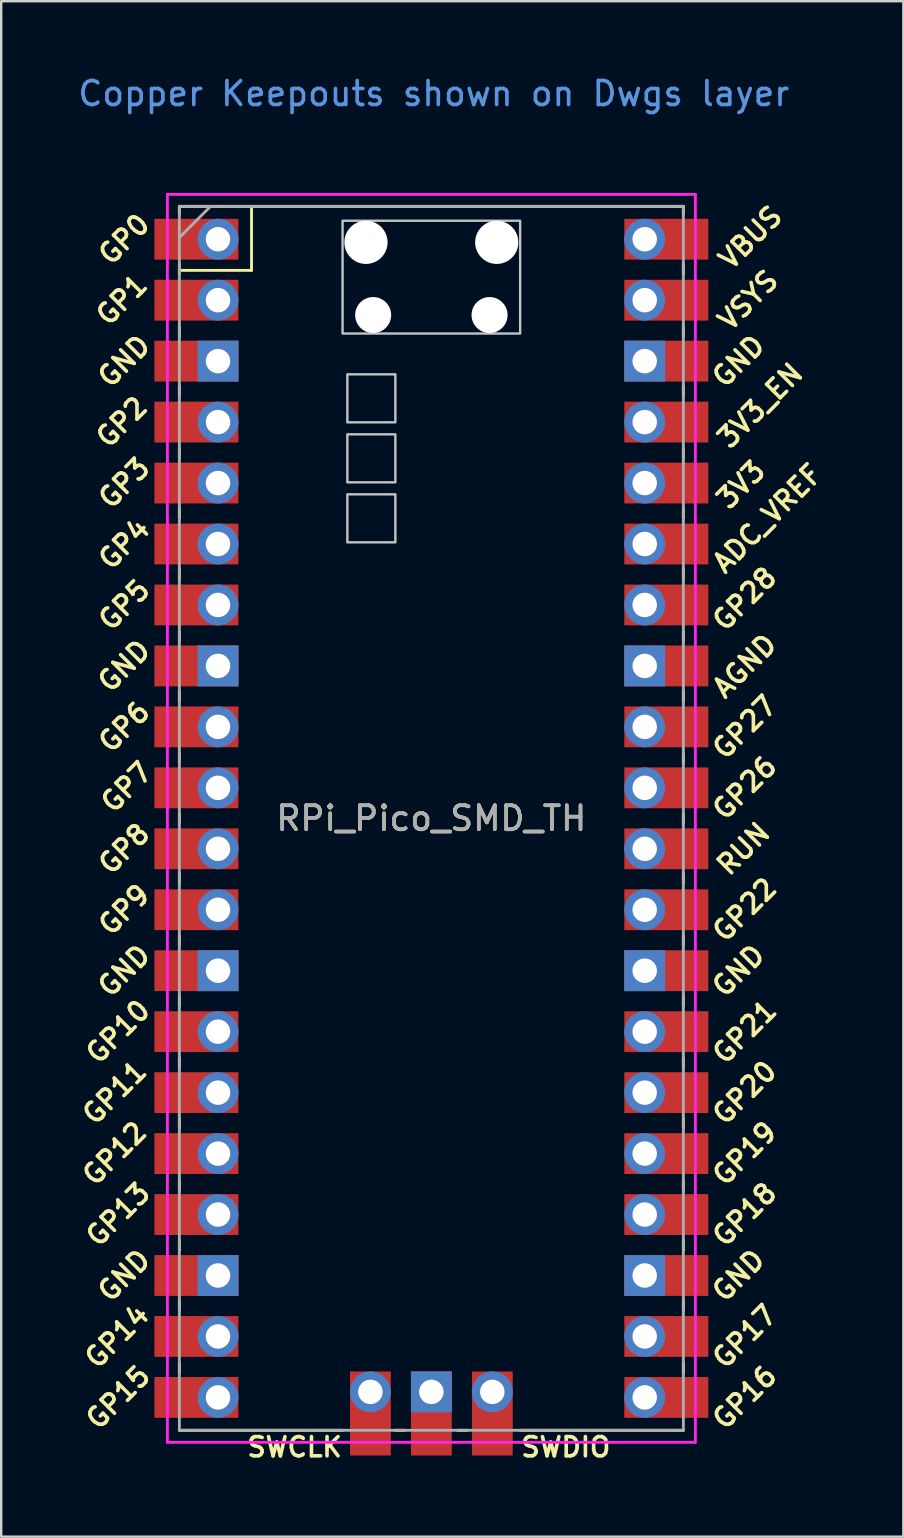
<source format=kicad_pcb>
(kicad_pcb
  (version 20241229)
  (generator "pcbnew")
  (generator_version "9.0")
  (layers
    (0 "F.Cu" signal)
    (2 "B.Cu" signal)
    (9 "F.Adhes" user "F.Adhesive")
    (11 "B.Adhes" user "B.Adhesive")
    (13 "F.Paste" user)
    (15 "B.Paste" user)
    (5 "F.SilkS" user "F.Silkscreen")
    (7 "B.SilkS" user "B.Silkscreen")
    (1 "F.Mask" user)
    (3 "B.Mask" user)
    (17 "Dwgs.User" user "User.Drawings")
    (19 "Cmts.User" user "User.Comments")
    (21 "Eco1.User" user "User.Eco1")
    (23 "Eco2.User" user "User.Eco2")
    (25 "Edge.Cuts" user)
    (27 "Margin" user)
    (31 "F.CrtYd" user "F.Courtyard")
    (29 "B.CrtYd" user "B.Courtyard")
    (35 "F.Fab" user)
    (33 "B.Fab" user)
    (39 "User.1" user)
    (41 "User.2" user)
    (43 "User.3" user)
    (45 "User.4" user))
  (footprint "RPi_Pico_SMD_TH"
    (layer "F.Cu")
    (at 14.924 31.048)
    (property "Reference" "RPi_Pico_SMD_TH" (at 0 0 0) (layer "F.SilkS") (effects (font (size 1 1) (thickness 0.15))))
    (attr through_hole)
    (fp_line (start -10.5 -25.5) (end -10.5 -25.2) (stroke (width 0.12) (type solid)) (layer "F.SilkS"))
    (fp_line (start -10.5 -25.5) (end 10.5 -25.5) (stroke (width 0.12) (type solid)) (layer "F.SilkS"))
    (fp_line (start -10.5 -23.1) (end -10.5 -22.7) (stroke (width 0.12) (type solid)) (layer "F.SilkS"))
    (fp_line (start -10.5 -22.833) (end -7.493 -22.833) (stroke (width 0.12) (type solid)) (layer "F.SilkS"))
    (fp_line (start -10.5 -20.5) (end -10.5 -20.1) (stroke (width 0.12) (type solid)) (layer "F.SilkS"))
    (fp_line (start -10.5 -18) (end -10.5 -17.6) (stroke (width 0.12) (type solid)) (layer "F.SilkS"))
    (fp_line (start -10.5 -15.4) (end -10.5 -15) (stroke (width 0.12) (type solid)) (layer "F.SilkS"))
    (fp_line (start -10.5 -12.9) (end -10.5 -12.5) (stroke (width 0.12) (type solid)) (layer "F.SilkS"))
    (fp_line (start -10.5 -10.4) (end -10.5 -10) (stroke (width 0.12) (type solid)) (layer "F.SilkS"))
    (fp_line (start -10.5 -7.8) (end -10.5 -7.4) (stroke (width 0.12) (type solid)) (layer "F.SilkS"))
    (fp_line (start -10.5 -5.3) (end -10.5 -4.9) (stroke (width 0.12) (type solid)) (layer "F.SilkS"))
    (fp_line (start -10.5 -2.7) (end -10.5 -2.3) (stroke (width 0.12) (type solid)) (layer "F.SilkS"))
    (fp_line (start -10.5 -0.2) (end -10.5 0.2) (stroke (width 0.12) (type solid)) (layer "F.SilkS"))
    (fp_line (start -10.5 2.3) (end -10.5 2.7) (stroke (width 0.12) (type solid)) (layer "F.SilkS"))
    (fp_line (start -10.5 4.9) (end -10.5 5.3) (stroke (width 0.12) (type solid)) (layer "F.SilkS"))
    (fp_line (start -10.5 7.4) (end -10.5 7.8) (stroke (width 0.12) (type solid)) (layer "F.SilkS"))
    (fp_line (start -10.5 10) (end -10.5 10.4) (stroke (width 0.12) (type solid)) (layer "F.SilkS"))
    (fp_line (start -10.5 12.5) (end -10.5 12.9) (stroke (width 0.12) (type solid)) (layer "F.SilkS"))
    (fp_line (start -10.5 15.1) (end -10.5 15.5) (stroke (width 0.12) (type solid)) (layer "F.SilkS"))
    (fp_line (start -10.5 17.6) (end -10.5 18) (stroke (width 0.12) (type solid)) (layer "F.SilkS"))
    (fp_line (start -10.5 20.1) (end -10.5 20.5) (stroke (width 0.12) (type solid)) (layer "F.SilkS"))
    (fp_line (start -10.5 22.7) (end -10.5 23.1) (stroke (width 0.12) (type solid)) (layer "F.SilkS"))
    (fp_line (start -7.493 -22.833) (end -7.493 -25.5) (stroke (width 0.12) (type solid)) (layer "F.SilkS"))
    (fp_line (start -3.7 25.5) (end -10.5 25.5) (stroke (width 0.12) (type solid)) (layer "F.SilkS"))
    (fp_line (start -1.5 25.5) (end -1.1 25.5) (stroke (width 0.12) (type solid)) (layer "F.SilkS"))
    (fp_line (start 1.1 25.5) (end 1.5 25.5) (stroke (width 0.12) (type solid)) (layer "F.SilkS"))
    (fp_line (start 10.5 -25.5) (end 10.5 -25.2) (stroke (width 0.12) (type solid)) (layer "F.SilkS"))
    (fp_line (start 10.5 -23.1) (end 10.5 -22.7) (stroke (width 0.12) (type solid)) (layer "F.SilkS"))
    (fp_line (start 10.5 -20.5) (end 10.5 -20.1) (stroke (width 0.12) (type solid)) (layer "F.SilkS"))
    (fp_line (start 10.5 -18) (end 10.5 -17.6) (stroke (width 0.12) (type solid)) (layer "F.SilkS"))
    (fp_line (start 10.5 -15.4) (end 10.5 -15) (stroke (width 0.12) (type solid)) (layer "F.SilkS"))
    (fp_line (start 10.5 -12.9) (end 10.5 -12.5) (stroke (width 0.12) (type solid)) (layer "F.SilkS"))
    (fp_line (start 10.5 -10.4) (end 10.5 -10) (stroke (width 0.12) (type solid)) (layer "F.SilkS"))
    (fp_line (start 10.5 -7.8) (end 10.5 -7.4) (stroke (width 0.12) (type solid)) (layer "F.SilkS"))
    (fp_line (start 10.5 -5.3) (end 10.5 -4.9) (stroke (width 0.12) (type solid)) (layer "F.SilkS"))
    (fp_line (start 10.5 -2.7) (end 10.5 -2.3) (stroke (width 0.12) (type solid)) (layer "F.SilkS"))
    (fp_line (start 10.5 -0.2) (end 10.5 0.2) (stroke (width 0.12) (type solid)) (layer "F.SilkS"))
    (fp_line (start 10.5 2.3) (end 10.5 2.7) (stroke (width 0.12) (type solid)) (layer "F.SilkS"))
    (fp_line (start 10.5 4.9) (end 10.5 5.3) (stroke (width 0.12) (type solid)) (layer "F.SilkS"))
    (fp_line (start 10.5 7.4) (end 10.5 7.8) (stroke (width 0.12) (type solid)) (layer "F.SilkS"))
    (fp_line (start 10.5 10) (end 10.5 10.4) (stroke (width 0.12) (type solid)) (layer "F.SilkS"))
    (fp_line (start 10.5 12.5) (end 10.5 12.9) (stroke (width 0.12) (type solid)) (layer "F.SilkS"))
    (fp_line (start 10.5 15.1) (end 10.5 15.5) (stroke (width 0.12) (type solid)) (layer "F.SilkS"))
    (fp_line (start 10.5 17.6) (end 10.5 18) (stroke (width 0.12) (type solid)) (layer "F.SilkS"))
    (fp_line (start 10.5 20.1) (end 10.5 20.5) (stroke (width 0.12) (type solid)) (layer "F.SilkS"))
    (fp_line (start 10.5 22.7) (end 10.5 23.1) (stroke (width 0.12) (type solid)) (layer "F.SilkS"))
    (fp_line (start 10.5 25.5) (end 3.7 25.5) (stroke (width 0.12) (type solid)) (layer "F.SilkS"))
    (fp_poly (pts (xy -1.5 -16.5) (xy -3.5 -16.5) (xy -3.5 -18.5) (xy -1.5 -18.5)) (stroke (width 0.1) (type solid)) (fill no) (layer "Dwgs.User"))
    (fp_poly (pts (xy -1.5 -14) (xy -3.5 -14) (xy -3.5 -16) (xy -1.5 -16)) (stroke (width 0.1) (type solid)) (fill no) (layer "Dwgs.User"))
    (fp_poly (pts (xy -1.5 -11.5) (xy -3.5 -11.5) (xy -3.5 -13.5) (xy -1.5 -13.5)) (stroke (width 0.1) (type solid)) (fill no) (layer "Dwgs.User"))
    (fp_poly (pts (xy 3.7 -20.2) (xy -3.7 -20.2) (xy -3.7 -24.9) (xy 3.7 -24.9)) (stroke (width 0.1) (type solid)) (fill no) (layer "Dwgs.User"))
    (fp_line (start -11 -26) (end 11 -26) (stroke (width 0.12) (type solid)) (layer "F.CrtYd"))
    (fp_line (start -11 26) (end -11 -26) (stroke (width 0.12) (type solid)) (layer "F.CrtYd"))
    (fp_line (start 11 -26) (end 11 26) (stroke (width 0.12) (type solid)) (layer "F.CrtYd"))
    (fp_line (start 11 26) (end -11 26) (stroke (width 0.12) (type solid)) (layer "F.CrtYd"))
    (fp_line (start -10.5 -25.5) (end 10.5 -25.5) (stroke (width 0.12) (type solid)) (layer "F.Fab"))
    (fp_line (start -10.5 -24.2) (end -9.2 -25.5) (stroke (width 0.12) (type solid)) (layer "F.Fab"))
    (fp_line (start -10.5 25.5) (end -10.5 -25.5) (stroke (width 0.12) (type solid)) (layer "F.Fab"))
    (fp_line (start 10.5 -25.5) (end 10.5 25.5) (stroke (width 0.12) (type solid)) (layer "F.Fab"))
    (fp_line (start 10.5 25.5) (end -10.5 25.5) (stroke (width 0.12) (type solid)) (layer "F.Fab"))
    (fp_text user "GP11" (at -13.2 11.43 45) (layer "F.SilkS") (effects (font (size 0.8 0.8) (thickness 0.15))))
    (fp_text user "GP6" (at -12.8 -3.81 45) (layer "F.SilkS") (effects (font (size 0.8 0.8) (thickness 0.15))))
    (fp_text user "GP14" (at -13.1 21.59 45) (layer "F.SilkS") (effects (font (size 0.8 0.8) (thickness 0.15))))
    (fp_text user "GP18" (at 13.054 16.51 45) (layer "F.SilkS") (effects (font (size 0.8 0.8) (thickness 0.15))))
    (fp_text user "GP13" (at -13.054 16.51 45) (layer "F.SilkS") (effects (font (size 0.8 0.8) (thickness 0.15))))
    (fp_text user "ADC_VREF" (at 14 -12.5 45) (layer "F.SilkS") (effects (font (size 0.8 0.8) (thickness 0.15))))
    (fp_text user "GP28" (at 13.054 -9.144 45) (layer "F.SilkS") (effects (font (size 0.8 0.8) (thickness 0.15))))
    (fp_text user "SWCLK" (at -5.7 26.2 0) (layer "F.SilkS") (effects (font (size 0.8 0.8) (thickness 0.15))))
    (fp_text user "GP2" (at -12.9 -16.51 45) (layer "F.SilkS") (effects (font (size 0.8 0.8) (thickness 0.15))))
    (fp_text user "GP8" (at -12.8 1.27 45) (layer "F.SilkS") (effects (font (size 0.8 0.8) (thickness 0.15))))
    (fp_text user "GND" (at 12.8 19.05 45) (layer "F.SilkS") (effects (font (size 0.8 0.8) (thickness 0.15))))
    (fp_text user "GP4" (at -12.8 -11.43 45) (layer "F.SilkS") (effects (font (size 0.8 0.8) (thickness 0.15))))
    (fp_text user "GP10" (at -13.054 8.89 45) (layer "F.SilkS") (effects (font (size 0.8 0.8) (thickness 0.15))))
    (fp_text user "RUN" (at 13 1.27 45) (layer "F.SilkS") (effects (font (size 0.8 0.8) (thickness 0.15))))
    (fp_text user "GP16" (at 13.054 24.13 45) (layer "F.SilkS") (effects (font (size 0.8 0.8) (thickness 0.15))))
    (fp_text user "GP15" (at -13.054 24.13 45) (layer "F.SilkS") (effects (font (size 0.8 0.8) (thickness 0.15))))
    (fp_text user "GND" (at -12.8 19.05 45) (layer "F.SilkS") (effects (font (size 0.8 0.8) (thickness 0.15))))
    (fp_text user "3V3_EN" (at 13.7 -17.2 45) (layer "F.SilkS") (effects (font (size 0.8 0.8) (thickness 0.15))))
    (fp_text user "GP19" (at 13.054 13.97 45) (layer "F.SilkS") (effects (font (size 0.8 0.8) (thickness 0.15))))
    (fp_text user "GP17" (at 13.054 21.59 45) (layer "F.SilkS") (effects (font (size 0.8 0.8) (thickness 0.15))))
    (fp_text user "GP7" (at -12.7 -1.3 45) (layer "F.SilkS") (effects (font (size 0.8 0.8) (thickness 0.15))))
    (fp_text user "GND" (at -12.8 6.35 45) (layer "F.SilkS") (effects (font (size 0.8 0.8) (thickness 0.15))))
    (fp_text user "VBUS" (at 13.3 -24.2 45) (layer "F.SilkS") (effects (font (size 0.8 0.8) (thickness 0.15))))
    (fp_text user "3V3" (at 12.9 -13.9 45) (layer "F.SilkS") (effects (font (size 0.8 0.8) (thickness 0.15))))
    (fp_text user "GND" (at 12.8 6.35 45) (layer "F.SilkS") (effects (font (size 0.8 0.8) (thickness 0.15))))
    (fp_text user "GP21" (at 13.054 8.9 45) (layer "F.SilkS") (effects (font (size 0.8 0.8) (thickness 0.15))))
    (fp_text user "GND" (at -12.8 -19.05 45) (layer "F.SilkS") (effects (font (size 0.8 0.8) (thickness 0.15))))
    (fp_text user "GP26" (at 13.054 -1.27 45) (layer "F.SilkS") (effects (font (size 0.8 0.8) (thickness 0.15))))
    (fp_text user "GP22" (at 13.054 3.81 45) (layer "F.SilkS") (effects (font (size 0.8 0.8) (thickness 0.15))))
    (fp_text user "GND" (at 12.8 -19.05 45) (layer "F.SilkS") (effects (font (size 0.8 0.8) (thickness 0.15))))
    (fp_text user "AGND" (at 13.054 -6.35 45) (layer "F.SilkS") (effects (font (size 0.8 0.8) (thickness 0.15))))
    (fp_text user "GP9" (at -12.8 3.81 45) (layer "F.SilkS") (effects (font (size 0.8 0.8) (thickness 0.15))))
    (fp_text user "GP20" (at 13.054 11.43 45) (layer "F.SilkS") (effects (font (size 0.8 0.8) (thickness 0.15))))
    (fp_text user "SWDIO" (at 5.6 26.2 0) (layer "F.SilkS") (effects (font (size 0.8 0.8) (thickness 0.15))))
    (fp_text user "GP3" (at -12.8 -13.97 45) (layer "F.SilkS") (effects (font (size 0.8 0.8) (thickness 0.15))))
    (fp_text user "GP12" (at -13.2 13.97 45) (layer "F.SilkS") (effects (font (size 0.8 0.8) (thickness 0.15))))
    (fp_text user "GP5" (at -12.8 -8.89 45) (layer "F.SilkS") (effects (font (size 0.8 0.8) (thickness 0.15))))
    (fp_text user "GP1" (at -12.9 -21.6 45) (layer "F.SilkS") (effects (font (size 0.8 0.8) (thickness 0.15))))
    (fp_text user "GP27" (at 13.054 -3.8 45) (layer "F.SilkS") (effects (font (size 0.8 0.8) (thickness 0.15))))
    (fp_text user "GP0" (at -12.8 -24.13 45) (layer "F.SilkS") (effects (font (size 0.8 0.8) (thickness 0.15))))
    (fp_text user "VSYS" (at 13.2 -21.59 45) (layer "F.SilkS") (effects (font (size 0.8 0.8) (thickness 0.15))))
    (fp_text user "GND" (at -12.8 -6.35 45) (layer "F.SilkS") (effects (font (size 0.8 0.8) (thickness 0.15))))
    (fp_text user "Copper Keepouts shown on Dwgs layer" (at 0.1 -30.2 0) (layer "Cmts.User") (effects (font (size 1 1) (thickness 0.15))))
    (fp_text user "${REFERENCE}" (at 0 0 180) (layer "F.Fab") (effects (font (size 1 1) (thickness 0.15))))
    (pad "" np_thru_hole oval (at -2.725 -24) (size 1.8 1.8) (drill 1.8) (layers "*.Cu" "*.Mask"))
    (pad "" np_thru_hole oval (at -2.425 -20.97) (size 1.5 1.5) (drill 1.5) (layers "*.Cu" "*.Mask"))
    (pad "" np_thru_hole oval (at 2.425 -20.97) (size 1.5 1.5) (drill 1.5) (layers "*.Cu" "*.Mask"))
    (pad "" np_thru_hole oval (at 2.725 -24) (size 1.8 1.8) (drill 1.8) (layers "*.Cu" "*.Mask"))
    (pad "1" thru_hole oval (at -8.89 -24.13) (size 1.7 1.7) (drill 1.02) (layers "*.Cu" "*.Mask"))
    (pad "1" smd rect (at -8.89 -24.13) (size 3.5 1.7) (drill (offset -0.9 0)) (layers "F.Cu" "F.Mask"))
    (pad "2" thru_hole oval (at -8.89 -21.59) (size 1.7 1.7) (drill 1.02) (layers "*.Cu" "*.Mask"))
    (pad "2" smd rect (at -8.89 -21.59) (size 3.5 1.7) (drill (offset -0.9 0)) (layers "F.Cu" "F.Mask"))
    (pad "3" thru_hole rect (at -8.89 -19.05) (size 1.7 1.7) (drill 1.02) (layers "*.Cu" "*.Mask"))
    (pad "3" smd rect (at -8.89 -19.05) (size 3.5 1.7) (drill (offset -0.9 0)) (layers "F.Cu" "F.Mask"))
    (pad "4" thru_hole oval (at -8.89 -16.51) (size 1.7 1.7) (drill 1.02) (layers "*.Cu" "*.Mask"))
    (pad "4" smd rect (at -8.89 -16.51) (size 3.5 1.7) (drill (offset -0.9 0)) (layers "F.Cu" "F.Mask"))
    (pad "5" thru_hole oval (at -8.89 -13.97) (size 1.7 1.7) (drill 1.02) (layers "*.Cu" "*.Mask"))
    (pad "5" smd rect (at -8.89 -13.97) (size 3.5 1.7) (drill (offset -0.9 0)) (layers "F.Cu" "F.Mask"))
    (pad "6" thru_hole oval (at -8.89 -11.43) (size 1.7 1.7) (drill 1.02) (layers "*.Cu" "*.Mask"))
    (pad "6" smd rect (at -8.89 -11.43) (size 3.5 1.7) (drill (offset -0.9 0)) (layers "F.Cu" "F.Mask"))
    (pad "7" thru_hole oval (at -8.89 -8.89) (size 1.7 1.7) (drill 1.02) (layers "*.Cu" "*.Mask"))
    (pad "7" smd rect (at -8.89 -8.89) (size 3.5 1.7) (drill (offset -0.9 0)) (layers "F.Cu" "F.Mask"))
    (pad "8" thru_hole rect (at -8.89 -6.35) (size 1.7 1.7) (drill 1.02) (layers "*.Cu" "*.Mask"))
    (pad "8" smd rect (at -8.89 -6.35) (size 3.5 1.7) (drill (offset -0.9 0)) (layers "F.Cu" "F.Mask"))
    (pad "9" thru_hole oval (at -8.89 -3.81) (size 1.7 1.7) (drill 1.02) (layers "*.Cu" "*.Mask"))
    (pad "9" smd rect (at -8.89 -3.81) (size 3.5 1.7) (drill (offset -0.9 0)) (layers "F.Cu" "F.Mask"))
    (pad "10" thru_hole oval (at -8.89 -1.27) (size 1.7 1.7) (drill 1.02) (layers "*.Cu" "*.Mask"))
    (pad "10" smd rect (at -8.89 -1.27) (size 3.5 1.7) (drill (offset -0.9 0)) (layers "F.Cu" "F.Mask"))
    (pad "11" thru_hole oval (at -8.89 1.27) (size 1.7 1.7) (drill 1.02) (layers "*.Cu" "*.Mask"))
    (pad "11" smd rect (at -8.89 1.27) (size 3.5 1.7) (drill (offset -0.9 0)) (layers "F.Cu" "F.Mask"))
    (pad "12" thru_hole oval (at -8.89 3.81) (size 1.7 1.7) (drill 1.02) (layers "*.Cu" "*.Mask"))
    (pad "12" smd rect (at -8.89 3.81) (size 3.5 1.7) (drill (offset -0.9 0)) (layers "F.Cu" "F.Mask"))
    (pad "13" thru_hole rect (at -8.89 6.35) (size 1.7 1.7) (drill 1.02) (layers "*.Cu" "*.Mask"))
    (pad "13" smd rect (at -8.89 6.35) (size 3.5 1.7) (drill (offset -0.9 0)) (layers "F.Cu" "F.Mask"))
    (pad "14" thru_hole oval (at -8.89 8.89) (size 1.7 1.7) (drill 1.02) (layers "*.Cu" "*.Mask"))
    (pad "14" smd rect (at -8.89 8.89) (size 3.5 1.7) (drill (offset -0.9 0)) (layers "F.Cu" "F.Mask"))
    (pad "15" thru_hole oval (at -8.89 11.43) (size 1.7 1.7) (drill 1.02) (layers "*.Cu" "*.Mask"))
    (pad "15" smd rect (at -8.89 11.43) (size 3.5 1.7) (drill (offset -0.9 0)) (layers "F.Cu" "F.Mask"))
    (pad "16" thru_hole oval (at -8.89 13.97) (size 1.7 1.7) (drill 1.02) (layers "*.Cu" "*.Mask"))
    (pad "16" smd rect (at -8.89 13.97) (size 3.5 1.7) (drill (offset -0.9 0)) (layers "F.Cu" "F.Mask"))
    (pad "17" thru_hole oval (at -8.89 16.51) (size 1.7 1.7) (drill 1.02) (layers "*.Cu" "*.Mask"))
    (pad "17" smd rect (at -8.89 16.51) (size 3.5 1.7) (drill (offset -0.9 0)) (layers "F.Cu" "F.Mask"))
    (pad "18" thru_hole rect (at -8.89 19.05) (size 1.7 1.7) (drill 1.02) (layers "*.Cu" "*.Mask"))
    (pad "18" smd rect (at -8.89 19.05) (size 3.5 1.7) (drill (offset -0.9 0)) (layers "F.Cu" "F.Mask"))
    (pad "19" thru_hole oval (at -8.89 21.59) (size 1.7 1.7) (drill 1.02) (layers "*.Cu" "*.Mask"))
    (pad "19" smd rect (at -8.89 21.59) (size 3.5 1.7) (drill (offset -0.9 0)) (layers "F.Cu" "F.Mask"))
    (pad "20" thru_hole oval (at -8.89 24.13) (size 1.7 1.7) (drill 1.02) (layers "*.Cu" "*.Mask"))
    (pad "20" smd rect (at -8.89 24.13) (size 3.5 1.7) (drill (offset -0.9 0)) (layers "F.Cu" "F.Mask"))
    (pad "21" thru_hole oval (at 8.89 24.13) (size 1.7 1.7) (drill 1.02) (layers "*.Cu" "*.Mask"))
    (pad "21" smd rect (at 8.89 24.13) (size 3.5 1.7) (drill (offset 0.9 0)) (layers "F.Cu" "F.Mask"))
    (pad "22" thru_hole oval (at 8.89 21.59) (size 1.7 1.7) (drill 1.02) (layers "*.Cu" "*.Mask"))
    (pad "22" smd rect (at 8.89 21.59) (size 3.5 1.7) (drill (offset 0.9 0)) (layers "F.Cu" "F.Mask"))
    (pad "23" thru_hole rect (at 8.89 19.05) (size 1.7 1.7) (drill 1.02) (layers "*.Cu" "*.Mask"))
    (pad "23" smd rect (at 8.89 19.05) (size 3.5 1.7) (drill (offset 0.9 0)) (layers "F.Cu" "F.Mask"))
    (pad "24" thru_hole oval (at 8.89 16.51) (size 1.7 1.7) (drill 1.02) (layers "*.Cu" "*.Mask"))
    (pad "24" smd rect (at 8.89 16.51) (size 3.5 1.7) (drill (offset 0.9 0)) (layers "F.Cu" "F.Mask"))
    (pad "25" thru_hole oval (at 8.89 13.97) (size 1.7 1.7) (drill 1.02) (layers "*.Cu" "*.Mask"))
    (pad "25" smd rect (at 8.89 13.97) (size 3.5 1.7) (drill (offset 0.9 0)) (layers "F.Cu" "F.Mask"))
    (pad "26" thru_hole oval (at 8.89 11.43) (size 1.7 1.7) (drill 1.02) (layers "*.Cu" "*.Mask"))
    (pad "26" smd rect (at 8.89 11.43) (size 3.5 1.7) (drill (offset 0.9 0)) (layers "F.Cu" "F.Mask"))
    (pad "27" thru_hole oval (at 8.89 8.89) (size 1.7 1.7) (drill 1.02) (layers "*.Cu" "*.Mask"))
    (pad "27" smd rect (at 8.89 8.89) (size 3.5 1.7) (drill (offset 0.9 0)) (layers "F.Cu" "F.Mask"))
    (pad "28" thru_hole rect (at 8.89 6.35) (size 1.7 1.7) (drill 1.02) (layers "*.Cu" "*.Mask"))
    (pad "28" smd rect (at 8.89 6.35) (size 3.5 1.7) (drill (offset 0.9 0)) (layers "F.Cu" "F.Mask"))
    (pad "29" thru_hole oval (at 8.89 3.81) (size 1.7 1.7) (drill 1.02) (layers "*.Cu" "*.Mask"))
    (pad "29" smd rect (at 8.89 3.81) (size 3.5 1.7) (drill (offset 0.9 0)) (layers "F.Cu" "F.Mask"))
    (pad "30" thru_hole oval (at 8.89 1.27) (size 1.7 1.7) (drill 1.02) (layers "*.Cu" "*.Mask"))
    (pad "30" smd rect (at 8.89 1.27) (size 3.5 1.7) (drill (offset 0.9 0)) (layers "F.Cu" "F.Mask"))
    (pad "31" thru_hole oval (at 8.89 -1.27) (size 1.7 1.7) (drill 1.02) (layers "*.Cu" "*.Mask"))
    (pad "31" smd rect (at 8.89 -1.27) (size 3.5 1.7) (drill (offset 0.9 0)) (layers "F.Cu" "F.Mask"))
    (pad "32" thru_hole oval (at 8.89 -3.81) (size 1.7 1.7) (drill 1.02) (layers "*.Cu" "*.Mask"))
    (pad "32" smd rect (at 8.89 -3.81) (size 3.5 1.7) (drill (offset 0.9 0)) (layers "F.Cu" "F.Mask"))
    (pad "33" thru_hole rect (at 8.89 -6.35) (size 1.7 1.7) (drill 1.02) (layers "*.Cu" "*.Mask"))
    (pad "33" smd rect (at 8.89 -6.35) (size 3.5 1.7) (drill (offset 0.9 0)) (layers "F.Cu" "F.Mask"))
    (pad "34" thru_hole oval (at 8.89 -8.89) (size 1.7 1.7) (drill 1.02) (layers "*.Cu" "*.Mask"))
    (pad "34" smd rect (at 8.89 -8.89) (size 3.5 1.7) (drill (offset 0.9 0)) (layers "F.Cu" "F.Mask"))
    (pad "35" thru_hole oval (at 8.89 -11.43) (size 1.7 1.7) (drill 1.02) (layers "*.Cu" "*.Mask"))
    (pad "35" smd rect (at 8.89 -11.43) (size 3.5 1.7) (drill (offset 0.9 0)) (layers "F.Cu" "F.Mask"))
    (pad "36" thru_hole oval (at 8.89 -13.97) (size 1.7 1.7) (drill 1.02) (layers "*.Cu" "*.Mask"))
    (pad "36" smd rect (at 8.89 -13.97) (size 3.5 1.7) (drill (offset 0.9 0)) (layers "F.Cu" "F.Mask"))
    (pad "37" thru_hole oval (at 8.89 -16.51) (size 1.7 1.7) (drill 1.02) (layers "*.Cu" "*.Mask"))
    (pad "37" smd rect (at 8.89 -16.51) (size 3.5 1.7) (drill (offset 0.9 0)) (layers "F.Cu" "F.Mask"))
    (pad "38" thru_hole rect (at 8.89 -19.05) (size 1.7 1.7) (drill 1.02) (layers "*.Cu" "*.Mask"))
    (pad "38" smd rect (at 8.89 -19.05) (size 3.5 1.7) (drill (offset 0.9 0)) (layers "F.Cu" "F.Mask"))
    (pad "39" thru_hole oval (at 8.89 -21.59) (size 1.7 1.7) (drill 1.02) (layers "*.Cu" "*.Mask"))
    (pad "39" smd rect (at 8.89 -21.59) (size 3.5 1.7) (drill (offset 0.9 0)) (layers "F.Cu" "F.Mask"))
    (pad "40" thru_hole oval (at 8.89 -24.13) (size 1.7 1.7) (drill 1.02) (layers "*.Cu" "*.Mask"))
    (pad "40" smd rect (at 8.89 -24.13) (size 3.5 1.7) (drill (offset 0.9 0)) (layers "F.Cu" "F.Mask"))
    (pad "41" thru_hole oval (at -2.54 23.9) (size 1.7 1.7) (drill 1.02) (layers "*.Cu" "*.Mask"))
    (pad "41" smd rect (at -2.54 23.9 90) (size 3.5 1.7) (drill (offset -0.9 0)) (layers "F.Cu" "F.Mask"))
    (pad "42" thru_hole rect (at 0 23.9) (size 1.7 1.7) (drill 1.02) (layers "*.Cu" "*.Mask"))
    (pad "42" smd rect (at 0 23.9 90) (size 3.5 1.7) (drill (offset -0.9 0)) (layers "F.Cu" "F.Mask"))
    (pad "43" thru_hole oval (at 2.54 23.9) (size 1.7 1.7) (drill 1.02) (layers "*.Cu" "*.Mask"))
    (pad "43" smd rect (at 2.54 23.9 90) (size 3.5 1.7) (drill (offset -0.9 0)) (layers "F.Cu" "F.Mask")))
  (gr_rect
    (start -3 -3)
    (end 34.591 60.98)
    (stroke (width 0.1) (type default))
    (fill no)
    (layer "Edge.Cuts")))
</source>
